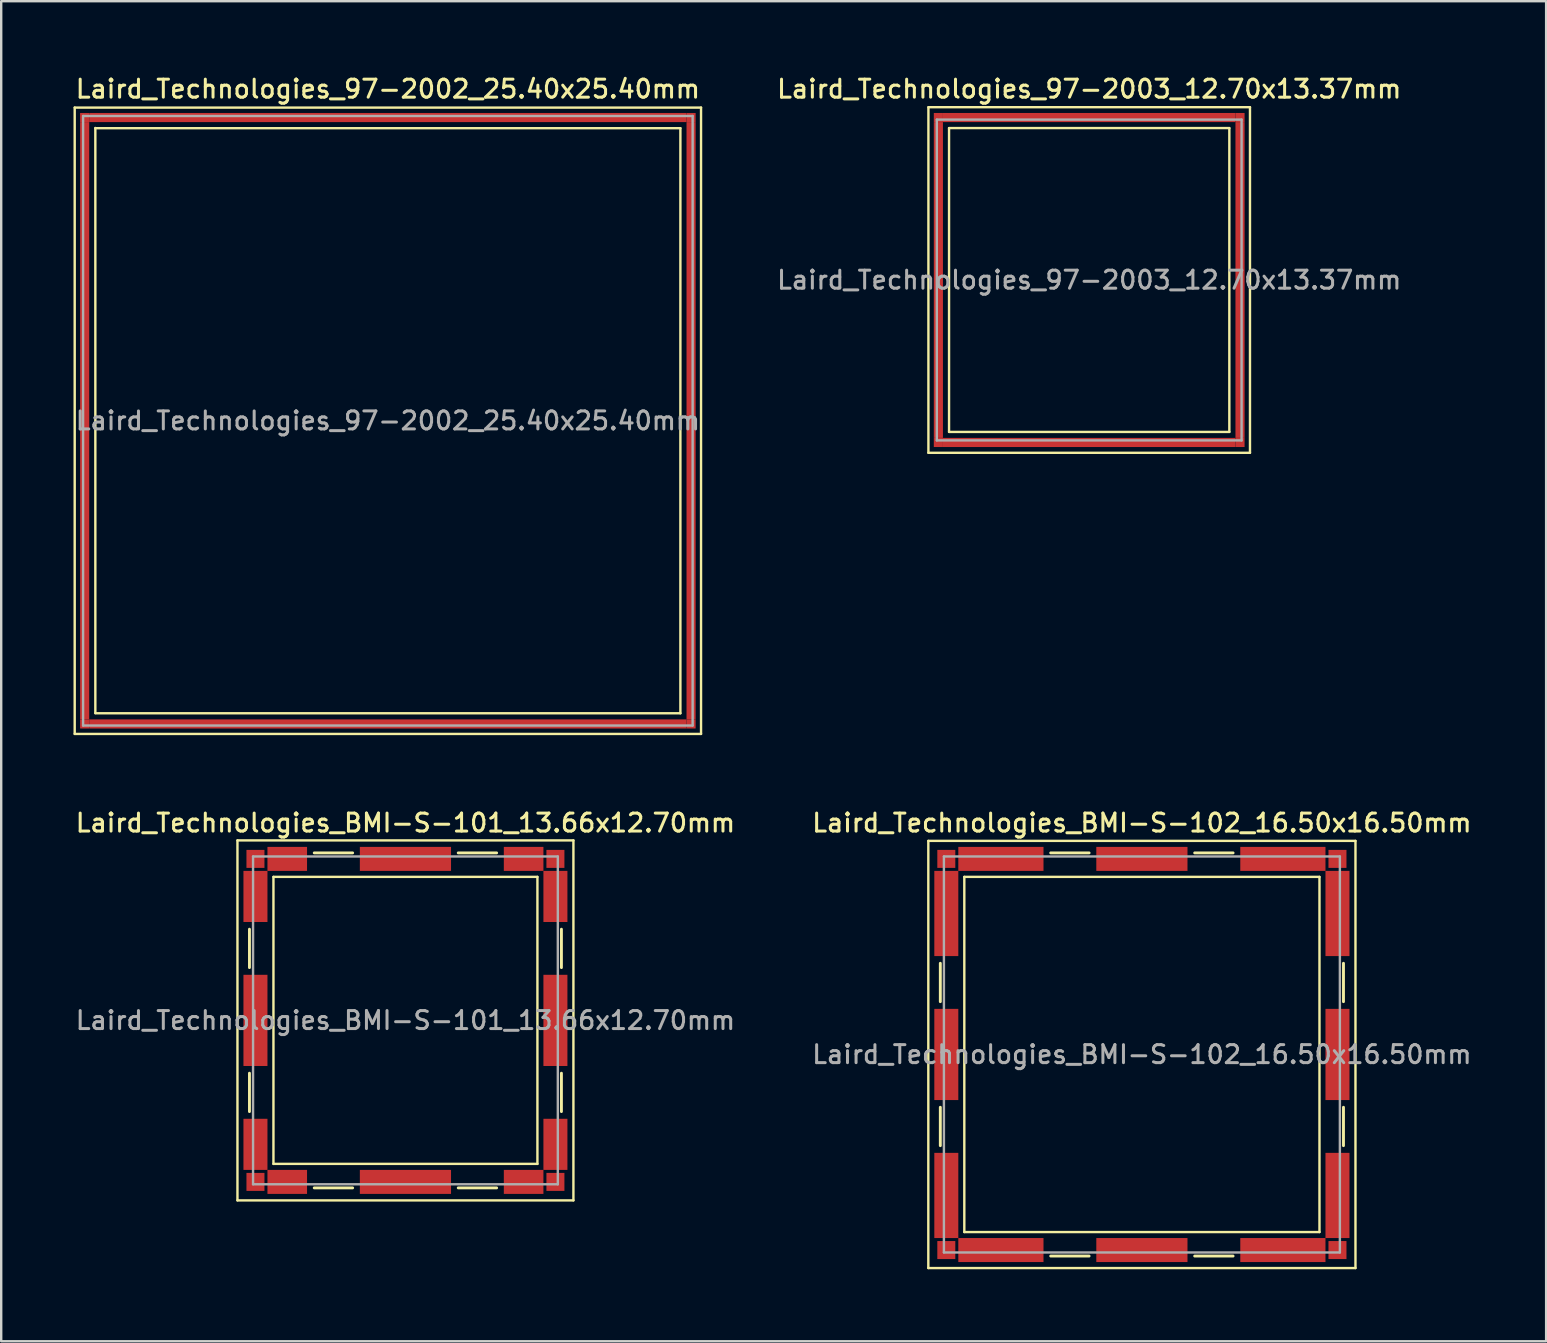
<source format=kicad_pcb>
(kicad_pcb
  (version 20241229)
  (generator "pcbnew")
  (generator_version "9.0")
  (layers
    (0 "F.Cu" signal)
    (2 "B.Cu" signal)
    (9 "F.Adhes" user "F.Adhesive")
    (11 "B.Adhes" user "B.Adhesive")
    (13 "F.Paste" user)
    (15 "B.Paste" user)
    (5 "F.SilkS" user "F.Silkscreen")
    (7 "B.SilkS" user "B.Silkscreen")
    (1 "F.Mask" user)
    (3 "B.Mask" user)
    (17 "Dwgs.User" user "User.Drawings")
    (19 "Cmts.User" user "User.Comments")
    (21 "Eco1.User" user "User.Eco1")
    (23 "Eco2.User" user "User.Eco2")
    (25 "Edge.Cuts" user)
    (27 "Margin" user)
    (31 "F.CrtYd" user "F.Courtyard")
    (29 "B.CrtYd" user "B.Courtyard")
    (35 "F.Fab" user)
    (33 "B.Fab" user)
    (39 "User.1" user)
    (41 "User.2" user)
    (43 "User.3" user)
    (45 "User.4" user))
  (footprint "Laird_Technologies_97-2002_25.40x25.40mm"
    (layer "F.Cu")
    (at 13.113 14.483)
    (property "Reference" "Laird_Technologies_97-2002_25.40x25.40mm" (at 0 -13.825 0) (layer "F.SilkS") (effects (font (size 0.75 0.75) (thickness 0.125))))
    (attr smd)
    (fp_line (start -13.05 -13.05) (end -13.05 13.05) (stroke (width 0.1) (type solid)) (layer "F.SilkS"))
    (fp_line (start -13.05 13.05) (end 13.05 13.05) (stroke (width 0.1) (type solid)) (layer "F.SilkS"))
    (fp_line (start -12.19 -12.2) (end -12.19 12.18) (stroke (width 0.1) (type solid)) (layer "F.SilkS"))
    (fp_line (start 12.19 -12.19) (end -12.19 -12.19) (stroke (width 0.1) (type solid)) (layer "F.SilkS"))
    (fp_line (start 12.19 -12.19) (end 12.19 12.19) (stroke (width 0.1) (type solid)) (layer "F.SilkS"))
    (fp_line (start 12.19 12.19) (end -12.19 12.19) (stroke (width 0.1) (type solid)) (layer "F.SilkS"))
    (fp_line (start 13.05 -13.05) (end -13.05 -13.05) (stroke (width 0.1) (type solid)) (layer "F.SilkS"))
    (fp_line (start 13.05 13.05) (end 13.05 -13.05) (stroke (width 0.1) (type solid)) (layer "F.SilkS"))
    (fp_line (start -12.7 -12.7) (end -12.7 12.7) (stroke (width 0.1) (type solid)) (layer "F.Fab"))
    (fp_line (start -12.7 12.7) (end 12.7 12.7) (stroke (width 0.1) (type solid)) (layer "F.Fab"))
    (fp_line (start 12.7 -12.7) (end -12.7 -12.7) (stroke (width 0.1) (type solid)) (layer "F.Fab"))
    (fp_line (start 12.7 12.7) (end 12.7 -12.7) (stroke (width 0.1) (type solid)) (layer "F.Fab"))
    (fp_text user "${REFERENCE}" (at 0 0 0) (layer "F.Fab") (effects (font (size 0.75 0.75) (thickness 0.125))))
    (pad "1" smd rect (at -12.635 -12.635) (size 0.38 0.38) (layers "F.Cu" "F.Mask" "F.Paste"))
    (pad "1" smd rect (at -12.635 0) (size 0.38 24.89) (layers "F.Cu" "F.Mask" "F.Paste"))
    (pad "1" smd rect (at -12.635 12.635) (size 0.38 0.38) (layers "F.Cu" "F.Mask" "F.Paste"))
    (pad "1" smd rect (at 0 -12.635) (size 24.89 0.38) (layers "F.Cu" "F.Mask" "F.Paste"))
    (pad "1" smd rect (at 0 12.635) (size 24.89 0.38) (layers "F.Cu" "F.Mask" "F.Paste"))
    (pad "1" smd rect (at 12.635 -12.635) (size 0.38 0.38) (layers "F.Cu" "F.Mask" "F.Paste"))
    (pad "1" smd rect (at 12.635 0) (size 0.38 24.89) (layers "F.Cu" "F.Mask" "F.Paste"))
    (pad "1" smd rect (at 12.635 12.635) (size 0.38 0.38) (layers "F.Cu" "F.Mask" "F.Paste")))
  (footprint "Laird_Technologies_BMI-S-101_13.66x12.70mm"
    (layer "F.Cu")
    (at 13.845 39.471)
    (property "Reference" "Laird_Technologies_BMI-S-101_13.66x12.70mm" (at 0 -8.23 0) (layer "F.SilkS") (effects (font (size 0.75 0.75) (thickness 0.125))))
    (attr smd)
    (fp_line (start -7 -7.5) (end -7 7.5) (stroke (width 0.1) (type solid)) (layer "F.SilkS"))
    (fp_line (start -7 7.5) (end 7 7.5) (stroke (width 0.1) (type solid)) (layer "F.SilkS"))
    (fp_line (start -6.5 -3.8) (end -6.5 -2.2) (stroke (width 0.12) (type solid)) (layer "F.SilkS"))
    (fp_line (start -6.5 2.2) (end -6.5 3.8) (stroke (width 0.12) (type solid)) (layer "F.SilkS"))
    (fp_line (start -5.5 -5.98) (end -5.5 5.98) (stroke (width 0.1) (type solid)) (layer "F.SilkS"))
    (fp_line (start -3.8 -6.98) (end -2.2 -6.98) (stroke (width 0.12) (type solid)) (layer "F.SilkS"))
    (fp_line (start -3.8 6.98) (end -2.2 6.98) (stroke (width 0.12) (type solid)) (layer "F.SilkS"))
    (fp_line (start 2.2 -6.98) (end 3.8 -6.98) (stroke (width 0.12) (type solid)) (layer "F.SilkS"))
    (fp_line (start 2.2 6.98) (end 3.8 6.98) (stroke (width 0.12) (type solid)) (layer "F.SilkS"))
    (fp_line (start 5.5 -5.98) (end -5.5 -5.98) (stroke (width 0.1) (type solid)) (layer "F.SilkS"))
    (fp_line (start 5.5 -5.98) (end 5.5 5.98) (stroke (width 0.1) (type solid)) (layer "F.SilkS"))
    (fp_line (start 5.5 5.98) (end -5.5 5.98) (stroke (width 0.1) (type solid)) (layer "F.SilkS"))
    (fp_line (start 6.5 -3.8) (end 6.5 -2.2) (stroke (width 0.12) (type solid)) (layer "F.SilkS"))
    (fp_line (start 6.5 2.2) (end 6.5 3.8) (stroke (width 0.12) (type solid)) (layer "F.SilkS"))
    (fp_line (start 7 -7.5) (end -7 -7.5) (stroke (width 0.1) (type solid)) (layer "F.SilkS"))
    (fp_line (start 7 7.5) (end 7 -7.5) (stroke (width 0.1) (type solid)) (layer "F.SilkS"))
    (fp_line (start -6.35 -6.83) (end -6.35 6.83) (stroke (width 0.1) (type solid)) (layer "F.Fab"))
    (fp_line (start -6.35 6.83) (end 6.35 6.83) (stroke (width 0.1) (type solid)) (layer "F.Fab"))
    (fp_line (start 6.35 -6.83) (end -6.35 -6.83) (stroke (width 0.1) (type solid)) (layer "F.Fab"))
    (fp_line (start 6.35 6.83) (end 6.35 -6.83) (stroke (width 0.1) (type solid)) (layer "F.Fab"))
    (fp_text user "${REFERENCE}" (at 0 0 0) (layer "F.Fab") (effects (font (size 0.75 0.75) (thickness 0.125))))
    (pad "1" smd rect (at -6.25 -6.73) (size 0.75 0.75) (layers "F.Cu" "F.Mask" "F.Paste"))
    (pad "1" smd rect (at -6.25 -5.165) (size 1 2.13) (layers "F.Cu" "F.Mask" "F.Paste"))
    (pad "1" smd rect (at -6.25 0) (size 1 3.8) (layers "F.Cu" "F.Mask" "F.Paste"))
    (pad "1" smd rect (at -6.25 5.165) (size 1 2.13) (layers "F.Cu" "F.Mask" "F.Paste"))
    (pad "1" smd rect (at -6.25 6.73) (size 0.75 0.75) (layers "F.Cu" "F.Mask" "F.Paste"))
    (pad "1" smd rect (at -4.925 -6.73) (size 1.65 1) (layers "F.Cu" "F.Mask" "F.Paste"))
    (pad "1" smd rect (at -4.925 6.73) (size 1.65 1) (layers "F.Cu" "F.Mask" "F.Paste"))
    (pad "1" smd rect (at 0 -6.73) (size 3.8 1) (layers "F.Cu" "F.Mask" "F.Paste"))
    (pad "1" smd rect (at 0 6.73) (size 3.8 1) (layers "F.Cu" "F.Mask" "F.Paste"))
    (pad "1" smd rect (at 4.925 -6.73) (size 1.65 1) (layers "F.Cu" "F.Mask" "F.Paste"))
    (pad "1" smd rect (at 4.925 6.73) (size 1.65 1) (layers "F.Cu" "F.Mask" "F.Paste"))
    (pad "1" smd rect (at 6.25 -6.73) (size 0.75 0.75) (layers "F.Cu" "F.Mask" "F.Paste"))
    (pad "1" smd rect (at 6.25 -5.165) (size 1 2.13) (layers "F.Cu" "F.Mask" "F.Paste"))
    (pad "1" smd rect (at 6.25 0) (size 1 3.8) (layers "F.Cu" "F.Mask" "F.Paste"))
    (pad "1" smd rect (at 6.25 5.165) (size 1 2.13) (layers "F.Cu" "F.Mask" "F.Paste"))
    (pad "1" smd rect (at 6.25 6.73) (size 0.75 0.75) (layers "F.Cu" "F.Mask" "F.Paste")))
  (footprint "Laird_Technologies_BMI-S-102_16.50x16.50mm"
    (layer "F.Cu")
    (at 44.534 40.891)
    (property "Reference" "Laird_Technologies_BMI-S-102_16.50x16.50mm" (at 0 -9.65 0) (layer "F.SilkS") (effects (font (size 0.75 0.75) (thickness 0.125))))
    (attr smd)
    (fp_line (start -8.9 -8.9) (end -8.9 8.9) (stroke (width 0.1) (type solid)) (layer "F.SilkS"))
    (fp_line (start -8.9 8.9) (end 8.9 8.9) (stroke (width 0.1) (type solid)) (layer "F.SilkS"))
    (fp_line (start -8.4 -3.8) (end -8.4 -2.2) (stroke (width 0.12) (type solid)) (layer "F.SilkS"))
    (fp_line (start -8.4 2.2) (end -8.4 3.8) (stroke (width 0.12) (type solid)) (layer "F.SilkS"))
    (fp_line (start -7.4 -7.4) (end -7.4 7.4) (stroke (width 0.1) (type solid)) (layer "F.SilkS"))
    (fp_line (start -3.8 -8.4) (end -2.2 -8.4) (stroke (width 0.12) (type solid)) (layer "F.SilkS"))
    (fp_line (start -3.8 8.4) (end -2.2 8.4) (stroke (width 0.12) (type solid)) (layer "F.SilkS"))
    (fp_line (start 2.2 -8.4) (end 3.8 -8.4) (stroke (width 0.12) (type solid)) (layer "F.SilkS"))
    (fp_line (start 2.2 8.4) (end 3.8 8.4) (stroke (width 0.12) (type solid)) (layer "F.SilkS"))
    (fp_line (start 7.4 -7.4) (end -7.4 -7.4) (stroke (width 0.1) (type solid)) (layer "F.SilkS"))
    (fp_line (start 7.4 -7.4) (end 7.4 7.4) (stroke (width 0.1) (type solid)) (layer "F.SilkS"))
    (fp_line (start 7.4 7.4) (end -7.4 7.4) (stroke (width 0.1) (type solid)) (layer "F.SilkS"))
    (fp_line (start 8.4 -3.8) (end 8.4 -2.2) (stroke (width 0.12) (type solid)) (layer "F.SilkS"))
    (fp_line (start 8.4 2.2) (end 8.4 3.8) (stroke (width 0.12) (type solid)) (layer "F.SilkS"))
    (fp_line (start 8.9 -8.9) (end -8.9 -8.9) (stroke (width 0.1) (type solid)) (layer "F.SilkS"))
    (fp_line (start 8.9 8.9) (end 8.9 -8.9) (stroke (width 0.1) (type solid)) (layer "F.SilkS"))
    (fp_line (start -8.25 -8.25) (end -8.25 8.25) (stroke (width 0.1) (type solid)) (layer "F.Fab"))
    (fp_line (start -8.25 8.25) (end 8.25 8.25) (stroke (width 0.1) (type solid)) (layer "F.Fab"))
    (fp_line (start 8.25 -8.25) (end -8.25 -8.25) (stroke (width 0.1) (type solid)) (layer "F.Fab"))
    (fp_line (start 8.25 8.25) (end 8.25 -8.25) (stroke (width 0.1) (type solid)) (layer "F.Fab"))
    (fp_text user "${REFERENCE}" (at 0 0 0) (layer "F.Fab") (effects (font (size 0.75 0.75) (thickness 0.125))))
    (pad "1" smd rect (at -8.15 -8.15) (size 0.75 0.75) (layers "F.Cu" "F.Mask" "F.Paste"))
    (pad "1" smd rect (at -8.15 -5.875) (size 1 3.55) (layers "F.Cu" "F.Mask" "F.Paste"))
    (pad "1" smd rect (at -8.15 0) (size 1 3.8) (layers "F.Cu" "F.Mask" "F.Paste"))
    (pad "1" smd rect (at -8.15 5.875) (size 1 3.55) (layers "F.Cu" "F.Mask" "F.Paste"))
    (pad "1" smd rect (at -8.15 8.15) (size 0.75 0.75) (layers "F.Cu" "F.Mask" "F.Paste"))
    (pad "1" smd rect (at -5.875 -8.15) (size 3.55 1) (layers "F.Cu" "F.Mask" "F.Paste"))
    (pad "1" smd rect (at -5.875 8.15) (size 3.55 1) (layers "F.Cu" "F.Mask" "F.Paste"))
    (pad "1" smd rect (at 0 -8.15) (size 3.8 1) (layers "F.Cu" "F.Mask" "F.Paste"))
    (pad "1" smd rect (at 0 8.15) (size 3.8 1) (layers "F.Cu" "F.Mask" "F.Paste"))
    (pad "1" smd rect (at 5.875 -8.15) (size 3.55 1) (layers "F.Cu" "F.Mask" "F.Paste"))
    (pad "1" smd rect (at 5.875 8.15) (size 3.55 1) (layers "F.Cu" "F.Mask" "F.Paste"))
    (pad "1" smd rect (at 8.15 -8.15) (size 0.75 0.75) (layers "F.Cu" "F.Mask" "F.Paste"))
    (pad "1" smd rect (at 8.15 -5.875) (size 1 3.55) (layers "F.Cu" "F.Mask" "F.Paste"))
    (pad "1" smd rect (at 8.15 0) (size 1 3.8) (layers "F.Cu" "F.Mask" "F.Paste"))
    (pad "1" smd rect (at 8.15 5.875) (size 1 3.55) (layers "F.Cu" "F.Mask" "F.Paste"))
    (pad "1" smd rect (at 8.15 8.15) (size 0.75 0.75) (layers "F.Cu" "F.Mask" "F.Paste")))
  (footprint "Laird_Technologies_97-2003_12.70x13.37mm"
    (layer "F.Cu")
    (at 42.338 8.618)
    (property "Reference" "Laird_Technologies_97-2003_12.70x13.37mm" (at 0 -7.96 0) (layer "F.SilkS") (effects (font (size 0.75 0.75) (thickness 0.125))))
    (attr smd)
    (fp_line (start -6.7 -7.2) (end -6.7 7.2) (stroke (width 0.1) (type solid)) (layer "F.SilkS"))
    (fp_line (start -6.7 7.2) (end 6.7 7.2) (stroke (width 0.1) (type solid)) (layer "F.SilkS"))
    (fp_line (start -5.84 -6.33) (end -5.84 6.33) (stroke (width 0.1) (type solid)) (layer "F.SilkS"))
    (fp_line (start 5.84 -6.33) (end -5.84 -6.33) (stroke (width 0.1) (type solid)) (layer "F.SilkS"))
    (fp_line (start 5.84 -6.33) (end 5.84 6.33) (stroke (width 0.1) (type solid)) (layer "F.SilkS"))
    (fp_line (start 5.84 6.33) (end -5.84 6.33) (stroke (width 0.1) (type solid)) (layer "F.SilkS"))
    (fp_line (start 6.7 -7.2) (end -6.7 -7.2) (stroke (width 0.1) (type solid)) (layer "F.SilkS"))
    (fp_line (start 6.7 7.2) (end 6.7 -7.2) (stroke (width 0.1) (type solid)) (layer "F.SilkS"))
    (fp_line (start -6.35 -6.685) (end -6.35 6.685) (stroke (width 0.1) (type solid)) (layer "F.Fab"))
    (fp_line (start -6.35 6.685) (end 6.35 6.685) (stroke (width 0.1) (type solid)) (layer "F.Fab"))
    (fp_line (start 6.35 -6.685) (end -6.35 -6.685) (stroke (width 0.1) (type solid)) (layer "F.Fab"))
    (fp_line (start 6.35 6.685) (end 6.35 -6.685) (stroke (width 0.1) (type solid)) (layer "F.Fab"))
    (fp_text user "${REFERENCE}" (at 0 0 0) (layer "F.Fab") (effects (font (size 0.75 0.75) (thickness 0.125))))
    (pad "1" smd rect (at -6.285 -6.77) (size 0.38 0.38) (layers "F.Cu" "F.Mask" "F.Paste"))
    (pad "1" smd rect (at -6.285 0) (size 0.38 13.16) (layers "F.Cu" "F.Mask" "F.Paste"))
    (pad "1" smd rect (at -6.285 6.77) (size 0.38 0.38) (layers "F.Cu" "F.Mask" "F.Paste"))
    (pad "1" smd rect (at 0 -6.77) (size 12.19 0.38) (layers "F.Cu" "F.Mask" "F.Paste"))
    (pad "1" smd rect (at 0 6.77) (size 12.19 0.38) (layers "F.Cu" "F.Mask" "F.Paste"))
    (pad "1" smd rect (at 6.285 -6.77) (size 0.38 0.38) (layers "F.Cu" "F.Mask" "F.Paste"))
    (pad "1" smd rect (at 6.285 0) (size 0.38 13.16) (layers "F.Cu" "F.Mask" "F.Paste"))
    (pad "1" smd rect (at 6.285 6.77) (size 0.38 0.38) (layers "F.Cu" "F.Mask" "F.Paste")))
  (gr_rect
    (start -3 -3)
    (end 61.379 52.841)
    (stroke (width 0.1) (type default))
    (fill no)
    (layer "Edge.Cuts")))
</source>
